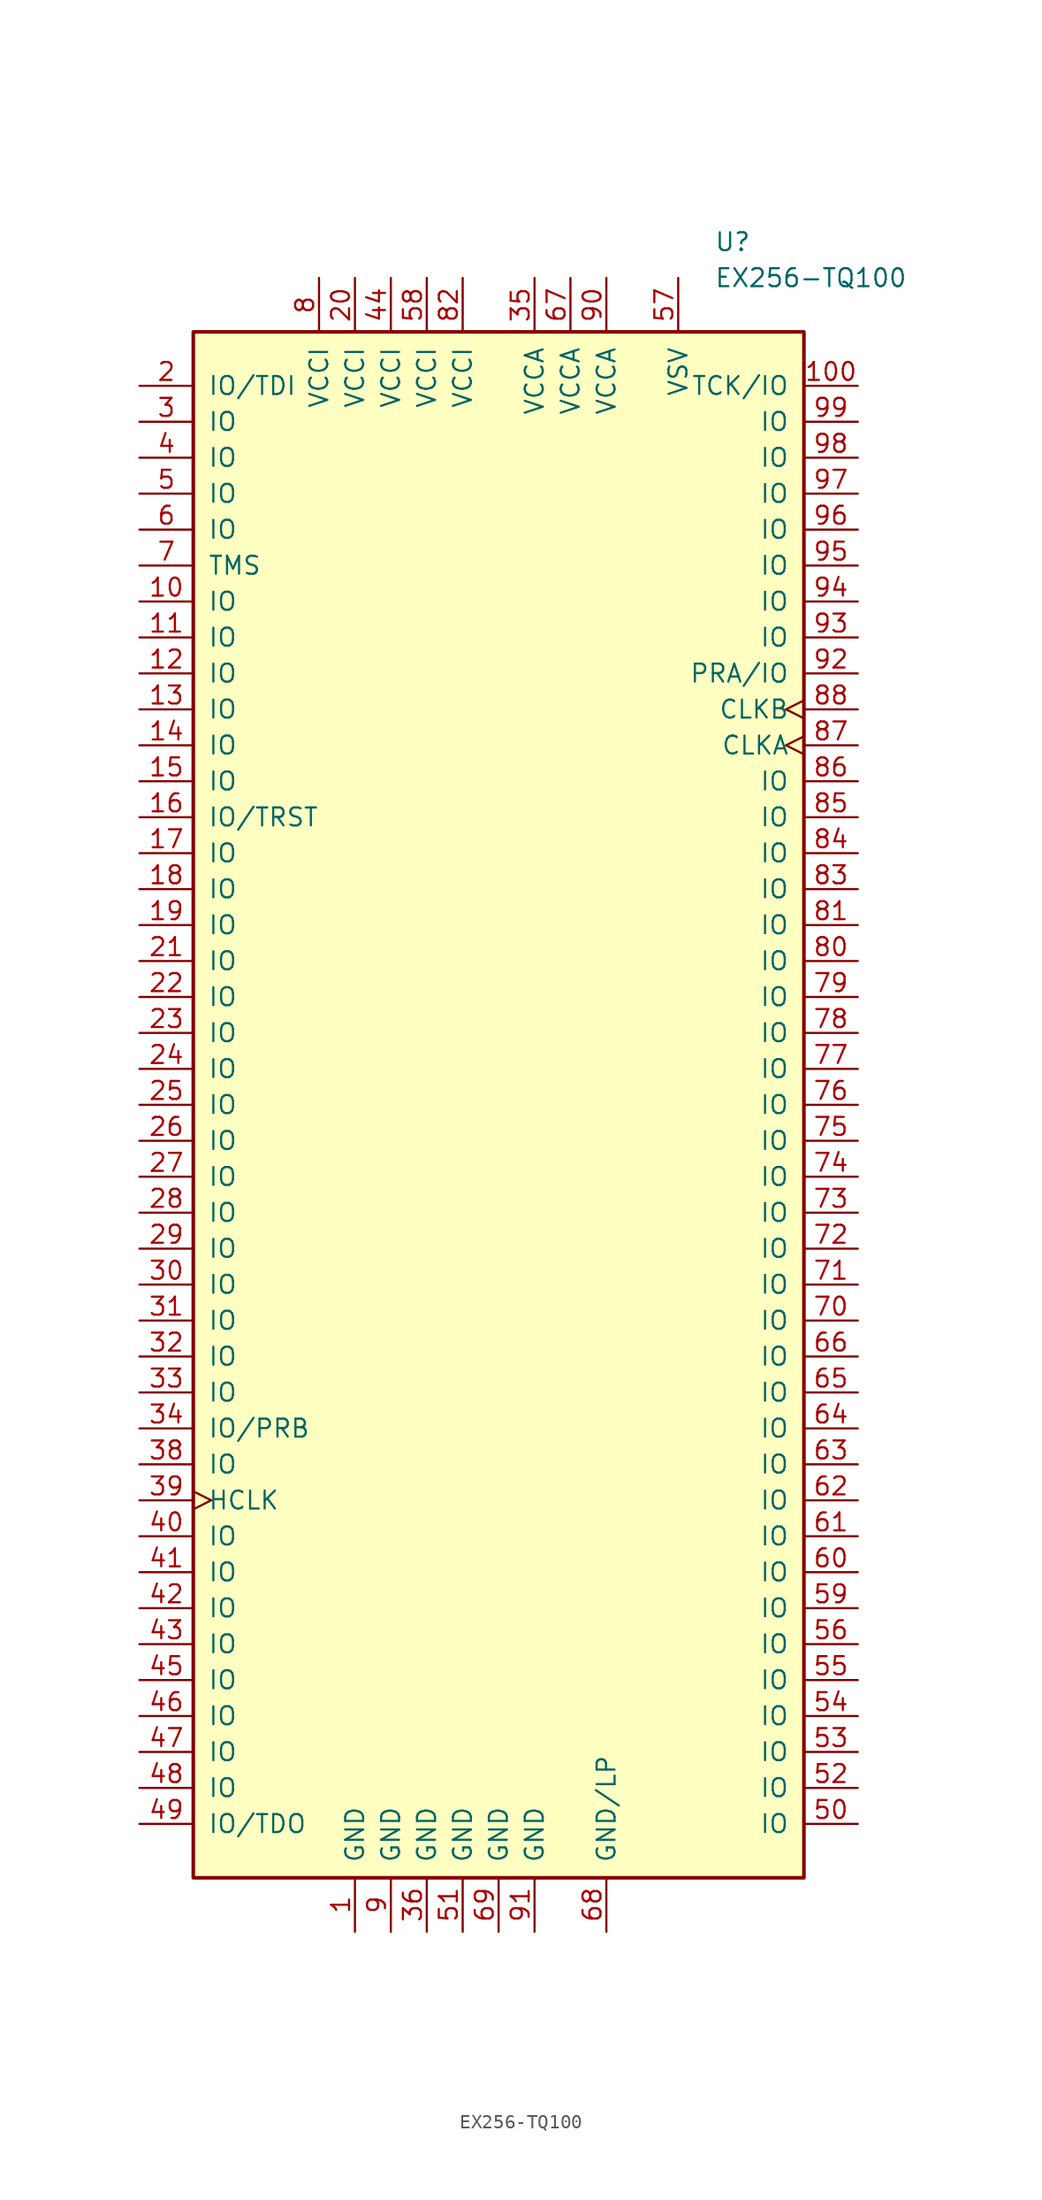
<source format=kicad_sym>
(kicad_symbol_lib
  (version 20201005)
  (generator kicad_symbol_editor)
  (symbol "FPGA_Microsemi:EX256-TQ100"
    (pin_names
      (offset 1.016))
    (property "Reference" "U"
      (at 15.24 60.96 0)
      (effects (font (size 1.27 1.27)) (justify left)))
    (property "Value" "EX256-TQ100"
      (at 15.24 58.42 0)
      (effects (font (size 1.27 1.27)) (justify left)))
    (symbol "EX256-TQ100_0_1"
      (rectangle (start -21.59 54.61) (end 21.59 -54.61) (stroke (width 0.254)) (fill (type background))))
    (symbol "EX256-TQ100_1_1"
      (pin power_in line (at -10.16 -58.42 90) (length 3.81) (name "GND" (effects (font (size 1.27 1.27)))) (number "1" (effects (font (size 1.27 1.27)))))
      (pin bidirectional line (at -25.4 35.56 0) (length 3.81) (name "IO" (effects (font (size 1.27 1.27)))) (number "10" (effects (font (size 1.27 1.27)))))
      (pin bidirectional line (at 25.4 50.8 180) (length 3.81) (name "TCK/IO" (effects (font (size 1.27 1.27)))) (number "100" (effects (font (size 1.27 1.27)))))
      (pin bidirectional line (at -25.4 33.02 0) (length 3.81) (name "IO" (effects (font (size 1.27 1.27)))) (number "11" (effects (font (size 1.27 1.27)))))
      (pin bidirectional line (at -25.4 30.48 0) (length 3.81) (name "IO" (effects (font (size 1.27 1.27)))) (number "12" (effects (font (size 1.27 1.27)))))
      (pin bidirectional line (at -25.4 27.94 0) (length 3.81) (name "IO" (effects (font (size 1.27 1.27)))) (number "13" (effects (font (size 1.27 1.27)))))
      (pin bidirectional line (at -25.4 25.4 0) (length 3.81) (name "IO" (effects (font (size 1.27 1.27)))) (number "14" (effects (font (size 1.27 1.27)))))
      (pin bidirectional line (at -25.4 22.86 0) (length 3.81) (name "IO" (effects (font (size 1.27 1.27)))) (number "15" (effects (font (size 1.27 1.27)))))
      (pin bidirectional line (at -25.4 20.32 0) (length 3.81) (name "IO/TRST" (effects (font (size 1.27 1.27)))) (number "16" (effects (font (size 1.27 1.27)))))
      (pin bidirectional line (at -25.4 17.78 0) (length 3.81) (name "IO" (effects (font (size 1.27 1.27)))) (number "17" (effects (font (size 1.27 1.27)))))
      (pin bidirectional line (at -25.4 15.24 0) (length 3.81) (name "IO" (effects (font (size 1.27 1.27)))) (number "18" (effects (font (size 1.27 1.27)))))
      (pin bidirectional line (at -25.4 12.7 0) (length 3.81) (name "IO" (effects (font (size 1.27 1.27)))) (number "19" (effects (font (size 1.27 1.27)))))
      (pin bidirectional line (at -25.4 50.8 0) (length 3.81) (name "IO/TDI" (effects (font (size 1.27 1.27)))) (number "2" (effects (font (size 1.27 1.27)))))
      (pin power_in line (at -10.16 58.42 270) (length 3.81) (name "VCCI" (effects (font (size 1.27 1.27)))) (number "20" (effects (font (size 1.27 1.27)))))
      (pin bidirectional line (at -25.4 10.16 0) (length 3.81) (name "IO" (effects (font (size 1.27 1.27)))) (number "21" (effects (font (size 1.27 1.27)))))
      (pin bidirectional line (at -25.4 7.62 0) (length 3.81) (name "IO" (effects (font (size 1.27 1.27)))) (number "22" (effects (font (size 1.27 1.27)))))
      (pin bidirectional line (at -25.4 5.08 0) (length 3.81) (name "IO" (effects (font (size 1.27 1.27)))) (number "23" (effects (font (size 1.27 1.27)))))
      (pin bidirectional line (at -25.4 2.54 0) (length 3.81) (name "IO" (effects (font (size 1.27 1.27)))) (number "24" (effects (font (size 1.27 1.27)))))
      (pin bidirectional line (at -25.4 0 0) (length 3.81) (name "IO" (effects (font (size 1.27 1.27)))) (number "25" (effects (font (size 1.27 1.27)))))
      (pin bidirectional line (at -25.4 -2.54 0) (length 3.81) (name "IO" (effects (font (size 1.27 1.27)))) (number "26" (effects (font (size 1.27 1.27)))))
      (pin bidirectional line (at -25.4 -5.08 0) (length 3.81) (name "IO" (effects (font (size 1.27 1.27)))) (number "27" (effects (font (size 1.27 1.27)))))
      (pin bidirectional line (at -25.4 -7.62 0) (length 3.81) (name "IO" (effects (font (size 1.27 1.27)))) (number "28" (effects (font (size 1.27 1.27)))))
      (pin bidirectional line (at -25.4 -10.16 0) (length 3.81) (name "IO" (effects (font (size 1.27 1.27)))) (number "29" (effects (font (size 1.27 1.27)))))
      (pin bidirectional line (at -25.4 48.26 0) (length 3.81) (name "IO" (effects (font (size 1.27 1.27)))) (number "3" (effects (font (size 1.27 1.27)))))
      (pin bidirectional line (at -25.4 -12.7 0) (length 3.81) (name "IO" (effects (font (size 1.27 1.27)))) (number "30" (effects (font (size 1.27 1.27)))))
      (pin bidirectional line (at -25.4 -15.24 0) (length 3.81) (name "IO" (effects (font (size 1.27 1.27)))) (number "31" (effects (font (size 1.27 1.27)))))
      (pin bidirectional line (at -25.4 -17.78 0) (length 3.81) (name "IO" (effects (font (size 1.27 1.27)))) (number "32" (effects (font (size 1.27 1.27)))))
      (pin bidirectional line (at -25.4 -20.32 0) (length 3.81) (name "IO" (effects (font (size 1.27 1.27)))) (number "33" (effects (font (size 1.27 1.27)))))
      (pin bidirectional line (at -25.4 -22.86 0) (length 3.81) (name "IO/PRB" (effects (font (size 1.27 1.27)))) (number "34" (effects (font (size 1.27 1.27)))))
      (pin power_in line (at 2.54 58.42 270) (length 3.81) (name "VCCA" (effects (font (size 1.27 1.27)))) (number "35" (effects (font (size 1.27 1.27)))))
      (pin power_in line (at -5.08 -58.42 90) (length 3.81) (name "GND" (effects (font (size 1.27 1.27)))) (number "36" (effects (font (size 1.27 1.27)))))
      (pin bidirectional line (at -25.4 -25.4 0) (length 3.81) (name "IO" (effects (font (size 1.27 1.27)))) (number "38" (effects (font (size 1.27 1.27)))))
      (pin input clock (at -25.4 -27.94 0) (length 3.81) (name "HCLK" (effects (font (size 1.27 1.27)))) (number "39" (effects (font (size 1.27 1.27)))))
      (pin bidirectional line (at -25.4 45.72 0) (length 3.81) (name "IO" (effects (font (size 1.27 1.27)))) (number "4" (effects (font (size 1.27 1.27)))))
      (pin bidirectional line (at -25.4 -30.48 0) (length 3.81) (name "IO" (effects (font (size 1.27 1.27)))) (number "40" (effects (font (size 1.27 1.27)))))
      (pin bidirectional line (at -25.4 -33.02 0) (length 3.81) (name "IO" (effects (font (size 1.27 1.27)))) (number "41" (effects (font (size 1.27 1.27)))))
      (pin bidirectional line (at -25.4 -35.56 0) (length 3.81) (name "IO" (effects (font (size 1.27 1.27)))) (number "42" (effects (font (size 1.27 1.27)))))
      (pin bidirectional line (at -25.4 -38.1 0) (length 3.81) (name "IO" (effects (font (size 1.27 1.27)))) (number "43" (effects (font (size 1.27 1.27)))))
      (pin power_in line (at -7.62 58.42 270) (length 3.81) (name "VCCI" (effects (font (size 1.27 1.27)))) (number "44" (effects (font (size 1.27 1.27)))))
      (pin bidirectional line (at -25.4 -40.64 0) (length 3.81) (name "IO" (effects (font (size 1.27 1.27)))) (number "45" (effects (font (size 1.27 1.27)))))
      (pin bidirectional line (at -25.4 -43.18 0) (length 3.81) (name "IO" (effects (font (size 1.27 1.27)))) (number "46" (effects (font (size 1.27 1.27)))))
      (pin bidirectional line (at -25.4 -45.72 0) (length 3.81) (name "IO" (effects (font (size 1.27 1.27)))) (number "47" (effects (font (size 1.27 1.27)))))
      (pin bidirectional line (at -25.4 -48.26 0) (length 3.81) (name "IO" (effects (font (size 1.27 1.27)))) (number "48" (effects (font (size 1.27 1.27)))))
      (pin bidirectional line (at -25.4 -50.8 0) (length 3.81) (name "IO/TDO" (effects (font (size 1.27 1.27)))) (number "49" (effects (font (size 1.27 1.27)))))
      (pin bidirectional line (at -25.4 43.18 0) (length 3.81) (name "IO" (effects (font (size 1.27 1.27)))) (number "5" (effects (font (size 1.27 1.27)))))
      (pin bidirectional line (at 25.4 -50.8 180) (length 3.81) (name "IO" (effects (font (size 1.27 1.27)))) (number "50" (effects (font (size 1.27 1.27)))))
      (pin power_in line (at -2.54 -58.42 90) (length 3.81) (name "GND" (effects (font (size 1.27 1.27)))) (number "51" (effects (font (size 1.27 1.27)))))
      (pin bidirectional line (at 25.4 -48.26 180) (length 3.81) (name "IO" (effects (font (size 1.27 1.27)))) (number "52" (effects (font (size 1.27 1.27)))))
      (pin bidirectional line (at 25.4 -45.72 180) (length 3.81) (name "IO" (effects (font (size 1.27 1.27)))) (number "53" (effects (font (size 1.27 1.27)))))
      (pin bidirectional line (at 25.4 -43.18 180) (length 3.81) (name "IO" (effects (font (size 1.27 1.27)))) (number "54" (effects (font (size 1.27 1.27)))))
      (pin bidirectional line (at 25.4 -40.64 180) (length 3.81) (name "IO" (effects (font (size 1.27 1.27)))) (number "55" (effects (font (size 1.27 1.27)))))
      (pin bidirectional line (at 25.4 -38.1 180) (length 3.81) (name "IO" (effects (font (size 1.27 1.27)))) (number "56" (effects (font (size 1.27 1.27)))))
      (pin power_in line (at 12.7 58.42 270) (length 3.81) (name "VSV" (effects (font (size 1.27 1.27)))) (number "57" (effects (font (size 1.27 1.27)))))
      (pin power_in line (at -5.08 58.42 270) (length 3.81) (name "VCCI" (effects (font (size 1.27 1.27)))) (number "58" (effects (font (size 1.27 1.27)))))
      (pin bidirectional line (at 25.4 -35.56 180) (length 3.81) (name "IO" (effects (font (size 1.27 1.27)))) (number "59" (effects (font (size 1.27 1.27)))))
      (pin bidirectional line (at -25.4 40.64 0) (length 3.81) (name "IO" (effects (font (size 1.27 1.27)))) (number "6" (effects (font (size 1.27 1.27)))))
      (pin bidirectional line (at 25.4 -33.02 180) (length 3.81) (name "IO" (effects (font (size 1.27 1.27)))) (number "60" (effects (font (size 1.27 1.27)))))
      (pin bidirectional line (at 25.4 -30.48 180) (length 3.81) (name "IO" (effects (font (size 1.27 1.27)))) (number "61" (effects (font (size 1.27 1.27)))))
      (pin bidirectional line (at 25.4 -27.94 180) (length 3.81) (name "IO" (effects (font (size 1.27 1.27)))) (number "62" (effects (font (size 1.27 1.27)))))
      (pin bidirectional line (at 25.4 -25.4 180) (length 3.81) (name "IO" (effects (font (size 1.27 1.27)))) (number "63" (effects (font (size 1.27 1.27)))))
      (pin bidirectional line (at 25.4 -22.86 180) (length 3.81) (name "IO" (effects (font (size 1.27 1.27)))) (number "64" (effects (font (size 1.27 1.27)))))
      (pin bidirectional line (at 25.4 -20.32 180) (length 3.81) (name "IO" (effects (font (size 1.27 1.27)))) (number "65" (effects (font (size 1.27 1.27)))))
      (pin bidirectional line (at 25.4 -17.78 180) (length 3.81) (name "IO" (effects (font (size 1.27 1.27)))) (number "66" (effects (font (size 1.27 1.27)))))
      (pin power_in line (at 5.08 58.42 270) (length 3.81) (name "VCCA" (effects (font (size 1.27 1.27)))) (number "67" (effects (font (size 1.27 1.27)))))
      (pin power_in line (at 7.62 -58.42 90) (length 3.81) (name "GND/LP" (effects (font (size 1.27 1.27)))) (number "68" (effects (font (size 1.27 1.27)))))
      (pin power_in line (at 0 -58.42 90) (length 3.81) (name "GND" (effects (font (size 1.27 1.27)))) (number "69" (effects (font (size 1.27 1.27)))))
      (pin input line (at -25.4 38.1 0) (length 3.81) (name "TMS" (effects (font (size 1.27 1.27)))) (number "7" (effects (font (size 1.27 1.27)))))
      (pin bidirectional line (at 25.4 -15.24 180) (length 3.81) (name "IO" (effects (font (size 1.27 1.27)))) (number "70" (effects (font (size 1.27 1.27)))))
      (pin bidirectional line (at 25.4 -12.7 180) (length 3.81) (name "IO" (effects (font (size 1.27 1.27)))) (number "71" (effects (font (size 1.27 1.27)))))
      (pin bidirectional line (at 25.4 -10.16 180) (length 3.81) (name "IO" (effects (font (size 1.27 1.27)))) (number "72" (effects (font (size 1.27 1.27)))))
      (pin bidirectional line (at 25.4 -7.62 180) (length 3.81) (name "IO" (effects (font (size 1.27 1.27)))) (number "73" (effects (font (size 1.27 1.27)))))
      (pin bidirectional line (at 25.4 -5.08 180) (length 3.81) (name "IO" (effects (font (size 1.27 1.27)))) (number "74" (effects (font (size 1.27 1.27)))))
      (pin bidirectional line (at 25.4 -2.54 180) (length 3.81) (name "IO" (effects (font (size 1.27 1.27)))) (number "75" (effects (font (size 1.27 1.27)))))
      (pin bidirectional line (at 25.4 0 180) (length 3.81) (name "IO" (effects (font (size 1.27 1.27)))) (number "76" (effects (font (size 1.27 1.27)))))
      (pin bidirectional line (at 25.4 2.54 180) (length 3.81) (name "IO" (effects (font (size 1.27 1.27)))) (number "77" (effects (font (size 1.27 1.27)))))
      (pin bidirectional line (at 25.4 5.08 180) (length 3.81) (name "IO" (effects (font (size 1.27 1.27)))) (number "78" (effects (font (size 1.27 1.27)))))
      (pin bidirectional line (at 25.4 7.62 180) (length 3.81) (name "IO" (effects (font (size 1.27 1.27)))) (number "79" (effects (font (size 1.27 1.27)))))
      (pin power_in line (at -12.7 58.42 270) (length 3.81) (name "VCCI" (effects (font (size 1.27 1.27)))) (number "8" (effects (font (size 1.27 1.27)))))
      (pin bidirectional line (at 25.4 10.16 180) (length 3.81) (name "IO" (effects (font (size 1.27 1.27)))) (number "80" (effects (font (size 1.27 1.27)))))
      (pin bidirectional line (at 25.4 12.7 180) (length 3.81) (name "IO" (effects (font (size 1.27 1.27)))) (number "81" (effects (font (size 1.27 1.27)))))
      (pin power_in line (at -2.54 58.42 270) (length 3.81) (name "VCCI" (effects (font (size 1.27 1.27)))) (number "82" (effects (font (size 1.27 1.27)))))
      (pin bidirectional line (at 25.4 15.24 180) (length 3.81) (name "IO" (effects (font (size 1.27 1.27)))) (number "83" (effects (font (size 1.27 1.27)))))
      (pin bidirectional line (at 25.4 17.78 180) (length 3.81) (name "IO" (effects (font (size 1.27 1.27)))) (number "84" (effects (font (size 1.27 1.27)))))
      (pin bidirectional line (at 25.4 20.32 180) (length 3.81) (name "IO" (effects (font (size 1.27 1.27)))) (number "85" (effects (font (size 1.27 1.27)))))
      (pin bidirectional line (at 25.4 22.86 180) (length 3.81) (name "IO" (effects (font (size 1.27 1.27)))) (number "86" (effects (font (size 1.27 1.27)))))
      (pin input clock (at 25.4 25.4 180) (length 3.81) (name "CLKA" (effects (font (size 1.27 1.27)))) (number "87" (effects (font (size 1.27 1.27)))))
      (pin input clock (at 25.4 27.94 180) (length 3.81) (name "CLKB" (effects (font (size 1.27 1.27)))) (number "88" (effects (font (size 1.27 1.27)))))
      (pin power_in line (at -7.62 -58.42 90) (length 3.81) (name "GND" (effects (font (size 1.27 1.27)))) (number "9" (effects (font (size 1.27 1.27)))))
      (pin power_in line (at 7.62 58.42 270) (length 3.81) (name "VCCA" (effects (font (size 1.27 1.27)))) (number "90" (effects (font (size 1.27 1.27)))))
      (pin power_in line (at 2.54 -58.42 90) (length 3.81) (name "GND" (effects (font (size 1.27 1.27)))) (number "91" (effects (font (size 1.27 1.27)))))
      (pin bidirectional line (at 25.4 30.48 180) (length 3.81) (name "PRA/IO" (effects (font (size 1.27 1.27)))) (number "92" (effects (font (size 1.27 1.27)))))
      (pin bidirectional line (at 25.4 33.02 180) (length 3.81) (name "IO" (effects (font (size 1.27 1.27)))) (number "93" (effects (font (size 1.27 1.27)))))
      (pin bidirectional line (at 25.4 35.56 180) (length 3.81) (name "IO" (effects (font (size 1.27 1.27)))) (number "94" (effects (font (size 1.27 1.27)))))
      (pin bidirectional line (at 25.4 38.1 180) (length 3.81) (name "IO" (effects (font (size 1.27 1.27)))) (number "95" (effects (font (size 1.27 1.27)))))
      (pin bidirectional line (at 25.4 40.64 180) (length 3.81) (name "IO" (effects (font (size 1.27 1.27)))) (number "96" (effects (font (size 1.27 1.27)))))
      (pin bidirectional line (at 25.4 43.18 180) (length 3.81) (name "IO" (effects (font (size 1.27 1.27)))) (number "97" (effects (font (size 1.27 1.27)))))
      (pin bidirectional line (at 25.4 45.72 180) (length 3.81) (name "IO" (effects (font (size 1.27 1.27)))) (number "98" (effects (font (size 1.27 1.27)))))
      (pin bidirectional line (at 25.4 48.26 180) (length 3.81) (name "IO" (effects (font (size 1.27 1.27)))) (number "99" (effects (font (size 1.27 1.27))))))))
</source>
